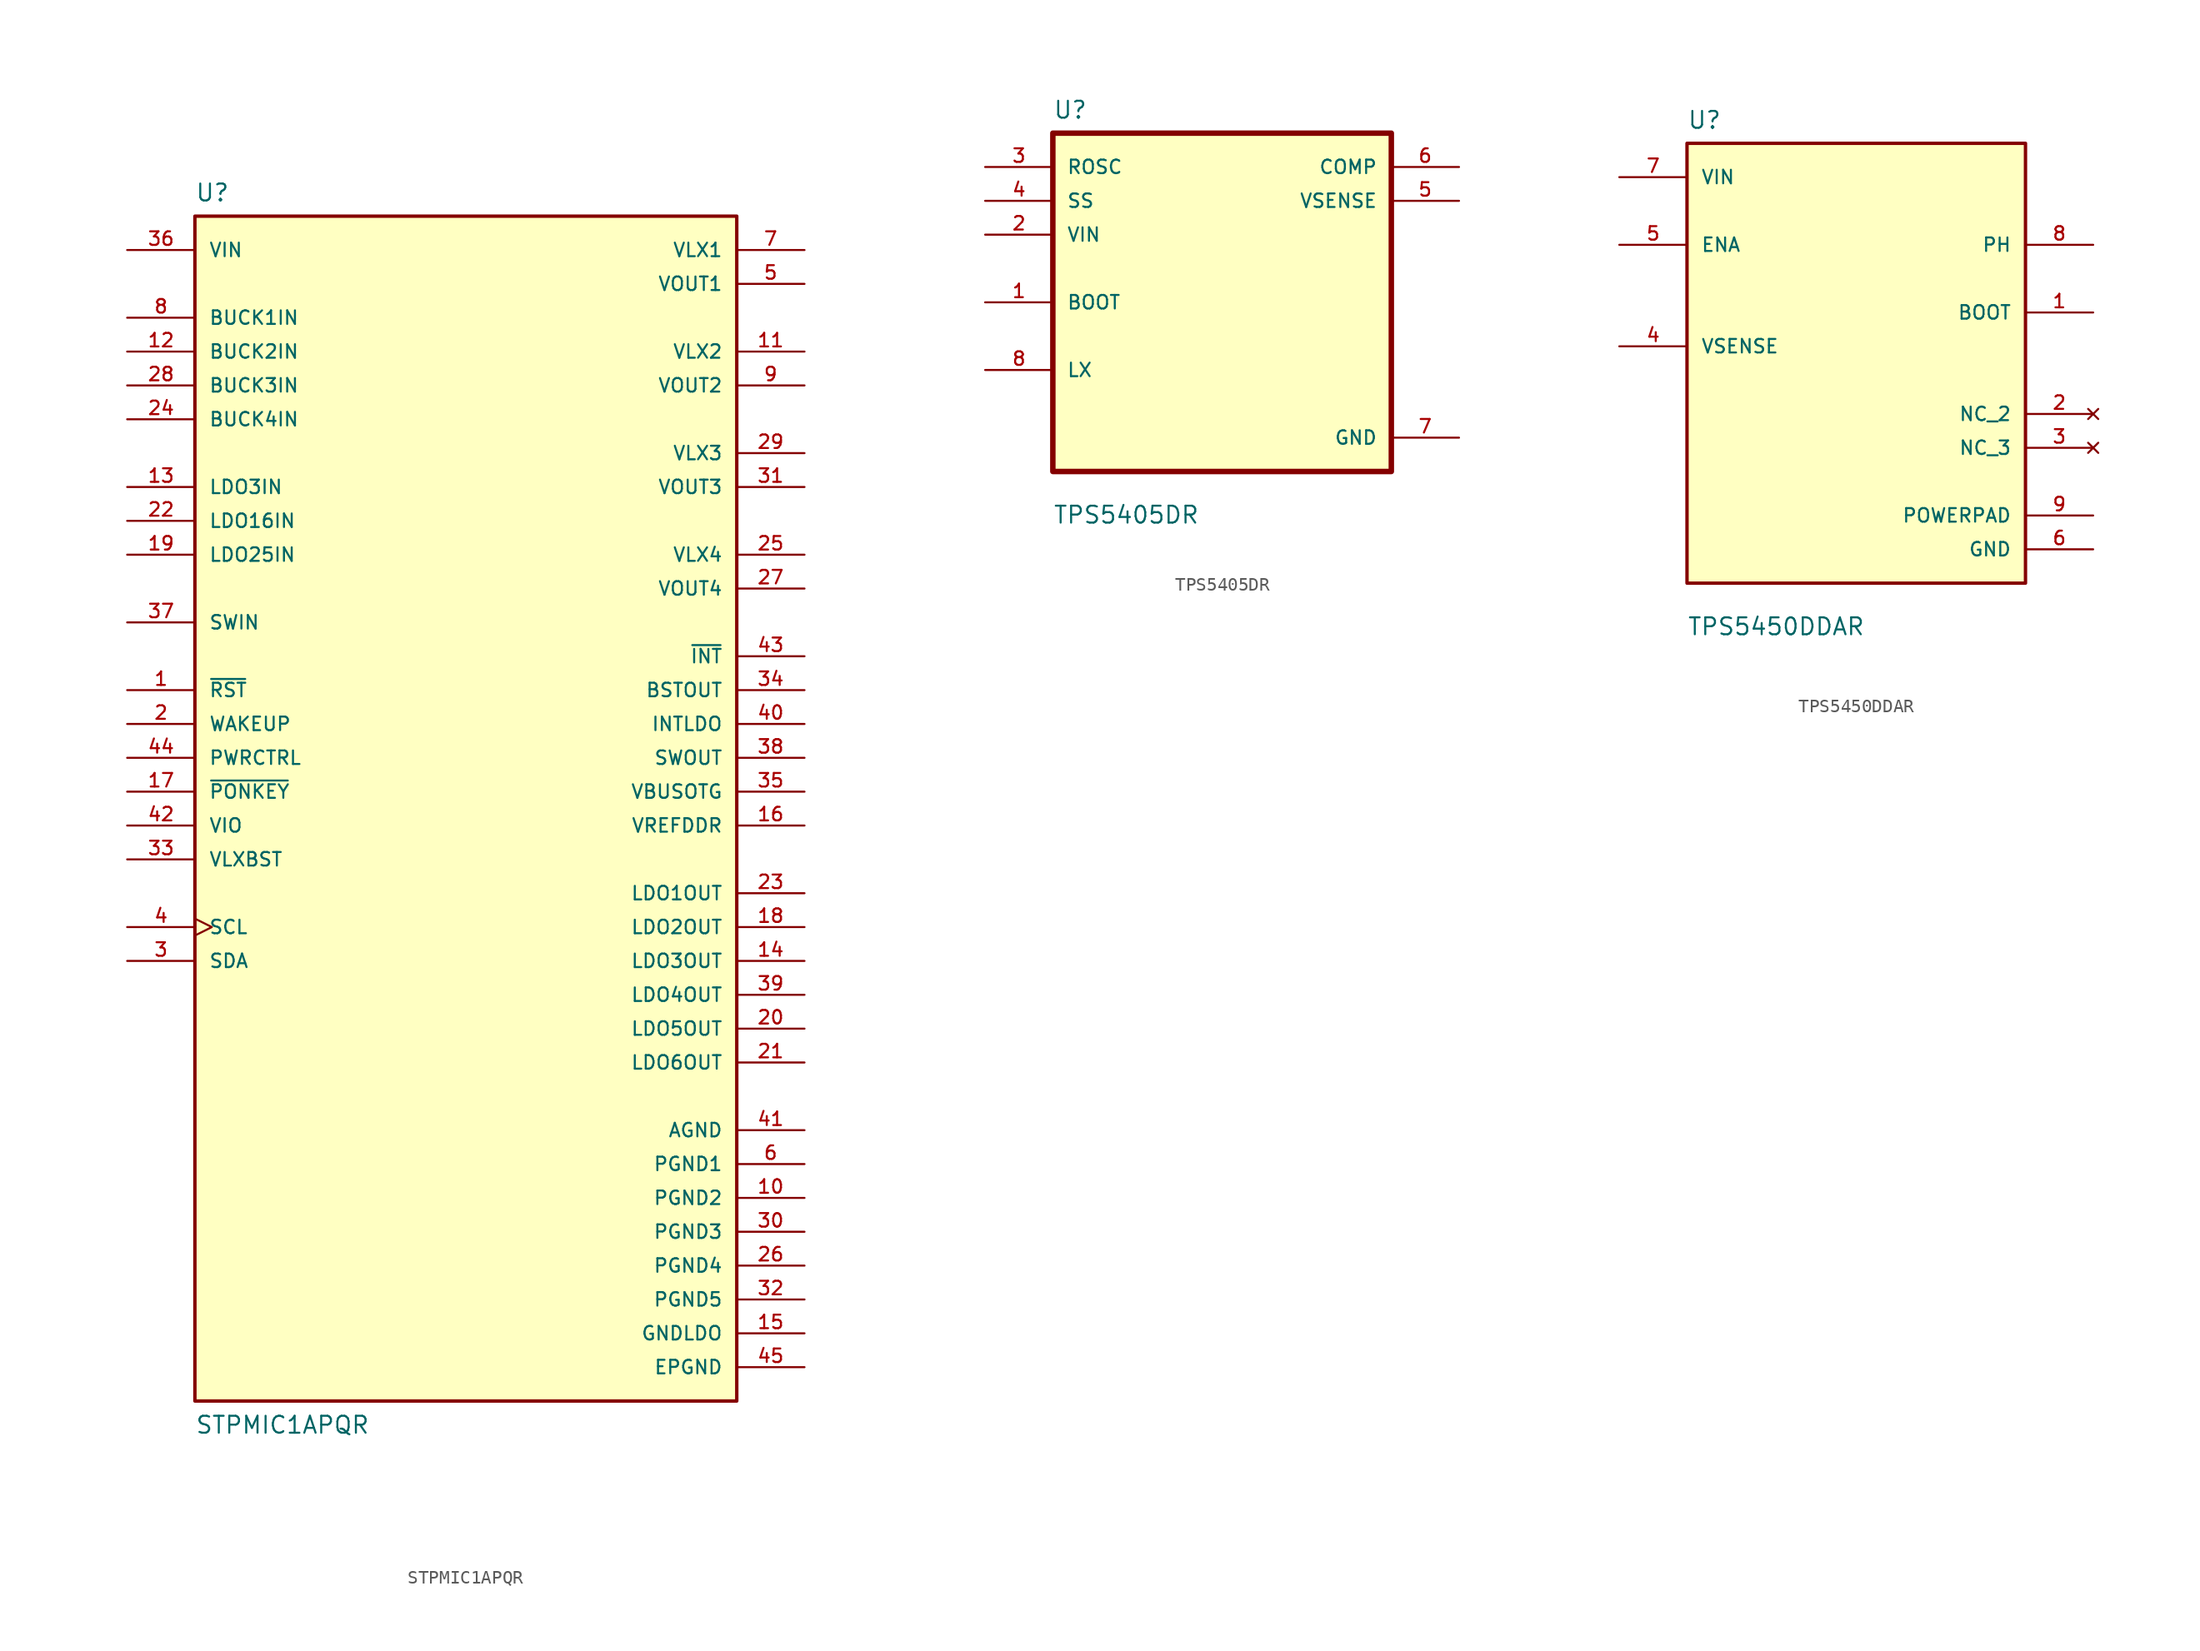
<source format=kicad_sym>
(kicad_symbol_lib
  (version 20241209)
  (generator "kicad_symbol_editor")
  (generator_version "9.0")
  (symbol "STPMIC1APQR"
    (pin_names
      (offset 1.016))
    (property "Reference" "U"
      (at -20.32 44.196 0)
      (effects (font (size 1.27 1.27)) (justify left bottom)))
    (property "Value" "STPMIC1APQR"
      (at -20.32 -48.26 0)
      (effects (font (size 1.27 1.27)) (justify left bottom)))
    (symbol "STPMIC1APQR_0_0"
      (rectangle (start -20.32 43.18) (end 20.32 -45.72) (stroke (width 0.254) (type default)) (fill (type background)))
      (pin input line (at -25.4 40.64 0) (length 5.08) (name "VIN" (effects (font (size 1.016 1.016)))) (number "36" (effects (font (size 1.016 1.016)))))
      (pin input line (at -25.4 35.56 0) (length 5.08) (name "BUCK1IN" (effects (font (size 1.016 1.016)))) (number "8" (effects (font (size 1.016 1.016)))))
      (pin input line (at -25.4 33.02 0) (length 5.08) (name "BUCK2IN" (effects (font (size 1.016 1.016)))) (number "12" (effects (font (size 1.016 1.016)))))
      (pin input line (at -25.4 30.48 0) (length 5.08) (name "BUCK3IN" (effects (font (size 1.016 1.016)))) (number "28" (effects (font (size 1.016 1.016)))))
      (pin input line (at -25.4 27.94 0) (length 5.08) (name "BUCK4IN" (effects (font (size 1.016 1.016)))) (number "24" (effects (font (size 1.016 1.016)))))
      (pin input line (at -25.4 22.86 0) (length 5.08) (name "LDO3IN" (effects (font (size 1.016 1.016)))) (number "13" (effects (font (size 1.016 1.016)))))
      (pin input line (at -25.4 20.32 0) (length 5.08) (name "LDO16IN" (effects (font (size 1.016 1.016)))) (number "22" (effects (font (size 1.016 1.016)))))
      (pin input line (at -25.4 17.78 0) (length 5.08) (name "LDO25IN" (effects (font (size 1.016 1.016)))) (number "19" (effects (font (size 1.016 1.016)))))
      (pin input line (at -25.4 12.7 0) (length 5.08) (name "SWIN" (effects (font (size 1.016 1.016)))) (number "37" (effects (font (size 1.016 1.016)))))
      (pin bidirectional line (at -25.4 7.62 0) (length 5.08) (name "~{RST}" (effects (font (size 1.016 1.016)))) (number "1" (effects (font (size 1.016 1.016)))))
      (pin input line (at -25.4 5.08 0) (length 5.08) (name "WAKEUP" (effects (font (size 1.016 1.016)))) (number "2" (effects (font (size 1.016 1.016)))))
      (pin input line (at -25.4 2.54 0) (length 5.08) (name "PWRCTRL" (effects (font (size 1.016 1.016)))) (number "44" (effects (font (size 1.016 1.016)))))
      (pin input line (at -25.4 0 0) (length 5.08) (name "~{PONKEY}" (effects (font (size 1.016 1.016)))) (number "17" (effects (font (size 1.016 1.016)))))
      (pin input line (at -25.4 -2.54 0) (length 5.08) (name "VIO" (effects (font (size 1.016 1.016)))) (number "42" (effects (font (size 1.016 1.016)))))
      (pin input line (at -25.4 -5.08 0) (length 5.08) (name "VLXBST" (effects (font (size 1.016 1.016)))) (number "33" (effects (font (size 1.016 1.016)))))
      (pin input clock (at -25.4 -10.16 0) (length 5.08) (name "SCL" (effects (font (size 1.016 1.016)))) (number "4" (effects (font (size 1.016 1.016)))))
      (pin bidirectional line (at -25.4 -12.7 0) (length 5.08) (name "SDA" (effects (font (size 1.016 1.016)))) (number "3" (effects (font (size 1.016 1.016)))))
      (pin input line (at 25.4 38.1 180) (length 5.08) (name "VOUT1" (effects (font (size 1.016 1.016)))) (number "5" (effects (font (size 1.016 1.016)))))
      (pin input line (at 25.4 30.48 180) (length 5.08) (name "VOUT2" (effects (font (size 1.016 1.016)))) (number "9" (effects (font (size 1.016 1.016)))))
      (pin input line (at 25.4 22.86 180) (length 5.08) (name "VOUT3" (effects (font (size 1.016 1.016)))) (number "31" (effects (font (size 1.016 1.016)))))
      (pin input line (at 25.4 15.24 180) (length 5.08) (name "VOUT4" (effects (font (size 1.016 1.016)))) (number "27" (effects (font (size 1.016 1.016)))))
      (pin output line (at 25.4 10.16 180) (length 5.08) (name "~{INT}" (effects (font (size 1.016 1.016)))) (number "43" (effects (font (size 1.016 1.016)))))
      (pin output line (at 25.4 7.62 180) (length 5.08) (name "BSTOUT" (effects (font (size 1.016 1.016)))) (number "34" (effects (font (size 1.016 1.016)))))
      (pin output line (at 25.4 5.08 180) (length 5.08) (name "INTLDO" (effects (font (size 1.016 1.016)))) (number "40" (effects (font (size 1.016 1.016)))))
      (pin output line (at 25.4 2.54 180) (length 5.08) (name "SWOUT" (effects (font (size 1.016 1.016)))) (number "38" (effects (font (size 1.016 1.016)))))
      (pin output line (at 25.4 0 180) (length 5.08) (name "VBUSOTG" (effects (font (size 1.016 1.016)))) (number "35" (effects (font (size 1.016 1.016)))))
      (pin power_in line (at 25.4 -25.4 180) (length 5.08) (name "AGND" (effects (font (size 1.016 1.016)))) (number "41" (effects (font (size 1.016 1.016)))))
      (pin power_in line (at 25.4 -27.94 180) (length 5.08) (name "PGND1" (effects (font (size 1.016 1.016)))) (number "6" (effects (font (size 1.016 1.016)))))
      (pin power_in line (at 25.4 -30.48 180) (length 5.08) (name "PGND2" (effects (font (size 1.016 1.016)))) (number "10" (effects (font (size 1.016 1.016)))))
      (pin power_in line (at 25.4 -33.02 180) (length 5.08) (name "PGND3" (effects (font (size 1.016 1.016)))) (number "30" (effects (font (size 1.016 1.016)))))
      (pin power_in line (at 25.4 -35.56 180) (length 5.08) (name "PGND4" (effects (font (size 1.016 1.016)))) (number "26" (effects (font (size 1.016 1.016)))))
      (pin power_in line (at 25.4 -38.1 180) (length 5.08) (name "PGND5" (effects (font (size 1.016 1.016)))) (number "32" (effects (font (size 1.016 1.016)))))
      (pin power_in line (at 25.4 -40.64 180) (length 5.08) (name "GNDLDO" (effects (font (size 1.016 1.016)))) (number "15" (effects (font (size 1.016 1.016)))))
      (pin power_in line (at 25.4 -43.18 180) (length 5.08) (name "EPGND" (effects (font (size 1.016 1.016)))) (number "45" (effects (font (size 1.016 1.016))))))
    (symbol "STPMIC1APQR_1_0"
      (pin power_out line (at 25.4 40.64 180) (length 5.08) (name "VLX1" (effects (font (size 1.016 1.016)))) (number "7" (effects (font (size 1.016 1.016)))))
      (pin power_out line (at 25.4 33.02 180) (length 5.08) (name "VLX2" (effects (font (size 1.016 1.016)))) (number "11" (effects (font (size 1.016 1.016)))))
      (pin power_out line (at 25.4 25.4 180) (length 5.08) (name "VLX3" (effects (font (size 1.016 1.016)))) (number "29" (effects (font (size 1.016 1.016)))))
      (pin power_out line (at 25.4 17.78 180) (length 5.08) (name "VLX4" (effects (font (size 1.016 1.016)))) (number "25" (effects (font (size 1.016 1.016)))))
      (pin power_out line (at 25.4 -2.54 180) (length 5.08) (name "VREFDDR" (effects (font (size 1.016 1.016)))) (number "16" (effects (font (size 1.016 1.016)))))
      (pin power_out line (at 25.4 -7.62 180) (length 5.08) (name "LDO1OUT" (effects (font (size 1.016 1.016)))) (number "23" (effects (font (size 1.016 1.016)))))
      (pin power_out line (at 25.4 -10.16 180) (length 5.08) (name "LDO2OUT" (effects (font (size 1.016 1.016)))) (number "18" (effects (font (size 1.016 1.016)))))
      (pin power_out line (at 25.4 -12.7 180) (length 5.08) (name "LDO3OUT" (effects (font (size 1.016 1.016)))) (number "14" (effects (font (size 1.016 1.016)))))
      (pin power_out line (at 25.4 -15.24 180) (length 5.08) (name "LDO4OUT" (effects (font (size 1.016 1.016)))) (number "39" (effects (font (size 1.016 1.016)))))
      (pin power_out line (at 25.4 -17.78 180) (length 5.08) (name "LDO5OUT" (effects (font (size 1.016 1.016)))) (number "20" (effects (font (size 1.016 1.016)))))
      (pin power_out line (at 25.4 -20.32 180) (length 5.08) (name "LDO6OUT" (effects (font (size 1.016 1.016)))) (number "21" (effects (font (size 1.016 1.016)))))))
  (symbol "TPS5405DR"
    (pin_names
      (offset 1.016))
    (property "Reference" "U"
      (at -12.7 13.7 0)
      (effects (font (size 1.27 1.27)) (justify left bottom)))
    (property "Value" "TPS5405DR"
      (at -12.7 -16.7 0)
      (effects (font (size 1.27 1.27)) (justify left bottom)))
    (symbol "TPS5405DR_0_0"
      (rectangle (start -12.7 -12.7) (end 12.7 12.7) (stroke (width 0.41) (type default)) (fill (type background)))
      (pin input line (at -17.78 10.16 0) (length 5.08) (name "ROSC" (effects (font (size 1.016 1.016)))) (number "3" (effects (font (size 1.016 1.016)))))
      (pin input line (at -17.78 7.62 0) (length 5.08) (name "SS" (effects (font (size 1.016 1.016)))) (number "4" (effects (font (size 1.016 1.016)))))
      (pin input line (at -17.78 5.08 0) (length 5.08) (name "VIN" (effects (font (size 1.016 1.016)))) (number "2" (effects (font (size 1.016 1.016)))))
      (pin bidirectional line (at -17.78 0 0) (length 5.08) (name "BOOT" (effects (font (size 1.016 1.016)))) (number "1" (effects (font (size 1.016 1.016)))))
      (pin bidirectional line (at -17.78 -5.08 0) (length 5.08) (name "LX" (effects (font (size 1.016 1.016)))) (number "8" (effects (font (size 1.016 1.016)))))
      (pin output line (at 17.78 10.16 180) (length 5.08) (name "COMP" (effects (font (size 1.016 1.016)))) (number "6" (effects (font (size 1.016 1.016)))))
      (pin output line (at 17.78 7.62 180) (length 5.08) (name "VSENSE" (effects (font (size 1.016 1.016)))) (number "5" (effects (font (size 1.016 1.016)))))
      (pin power_in line (at 17.78 -10.16 180) (length 5.08) (name "GND" (effects (font (size 1.016 1.016)))) (number "7" (effects (font (size 1.016 1.016)))))))
  (symbol "TPS5450DDAR"
    (pin_names
      (offset 1.016))
    (property "Reference" "U"
      (at -12.7 18.78 0)
      (effects (font (size 1.27 1.27)) (justify left bottom)))
    (property "Value" "TPS5450DDAR"
      (at -12.7 -19.24 0)
      (effects (font (size 1.27 1.27)) (justify left bottom)))
    (symbol "TPS5450DDAR_0_0"
      (rectangle (start -12.7 -15.24) (end 12.7 17.78) (stroke (width 0.254) (type default)) (fill (type background)))
      (pin power_in line (at -17.78 15.24 0) (length 5.08) (name "VIN" (effects (font (size 1.016 1.016)))) (number "7" (effects (font (size 1.016 1.016)))))
      (pin input line (at -17.78 10.16 0) (length 5.08) (name "ENA" (effects (font (size 1.016 1.016)))) (number "5" (effects (font (size 1.016 1.016)))))
      (pin input line (at -17.78 2.54 0) (length 5.08) (name "VSENSE" (effects (font (size 1.016 1.016)))) (number "4" (effects (font (size 1.016 1.016)))))
      (pin output line (at 17.78 10.16 180) (length 5.08) (name "PH" (effects (font (size 1.016 1.016)))) (number "8" (effects (font (size 1.016 1.016)))))
      (pin output line (at 17.78 5.08 180) (length 5.08) (name "BOOT" (effects (font (size 1.016 1.016)))) (number "1" (effects (font (size 1.016 1.016)))))
      (pin no_connect line (at 17.78 -2.54 180) (length 5.08) (name "NC_2" (effects (font (size 1.016 1.016)))) (number "2" (effects (font (size 1.016 1.016)))))
      (pin no_connect line (at 17.78 -5.08 180) (length 5.08) (name "NC_3" (effects (font (size 1.016 1.016)))) (number "3" (effects (font (size 1.016 1.016)))))
      (pin power_in line (at 17.78 -10.16 180) (length 5.08) (name "POWERPAD" (effects (font (size 1.016 1.016)))) (number "9" (effects (font (size 1.016 1.016)))))
      (pin power_in line (at 17.78 -12.7 180) (length 5.08) (name "GND" (effects (font (size 1.016 1.016)))) (number "6" (effects (font (size 1.016 1.016))))))))
</source>
